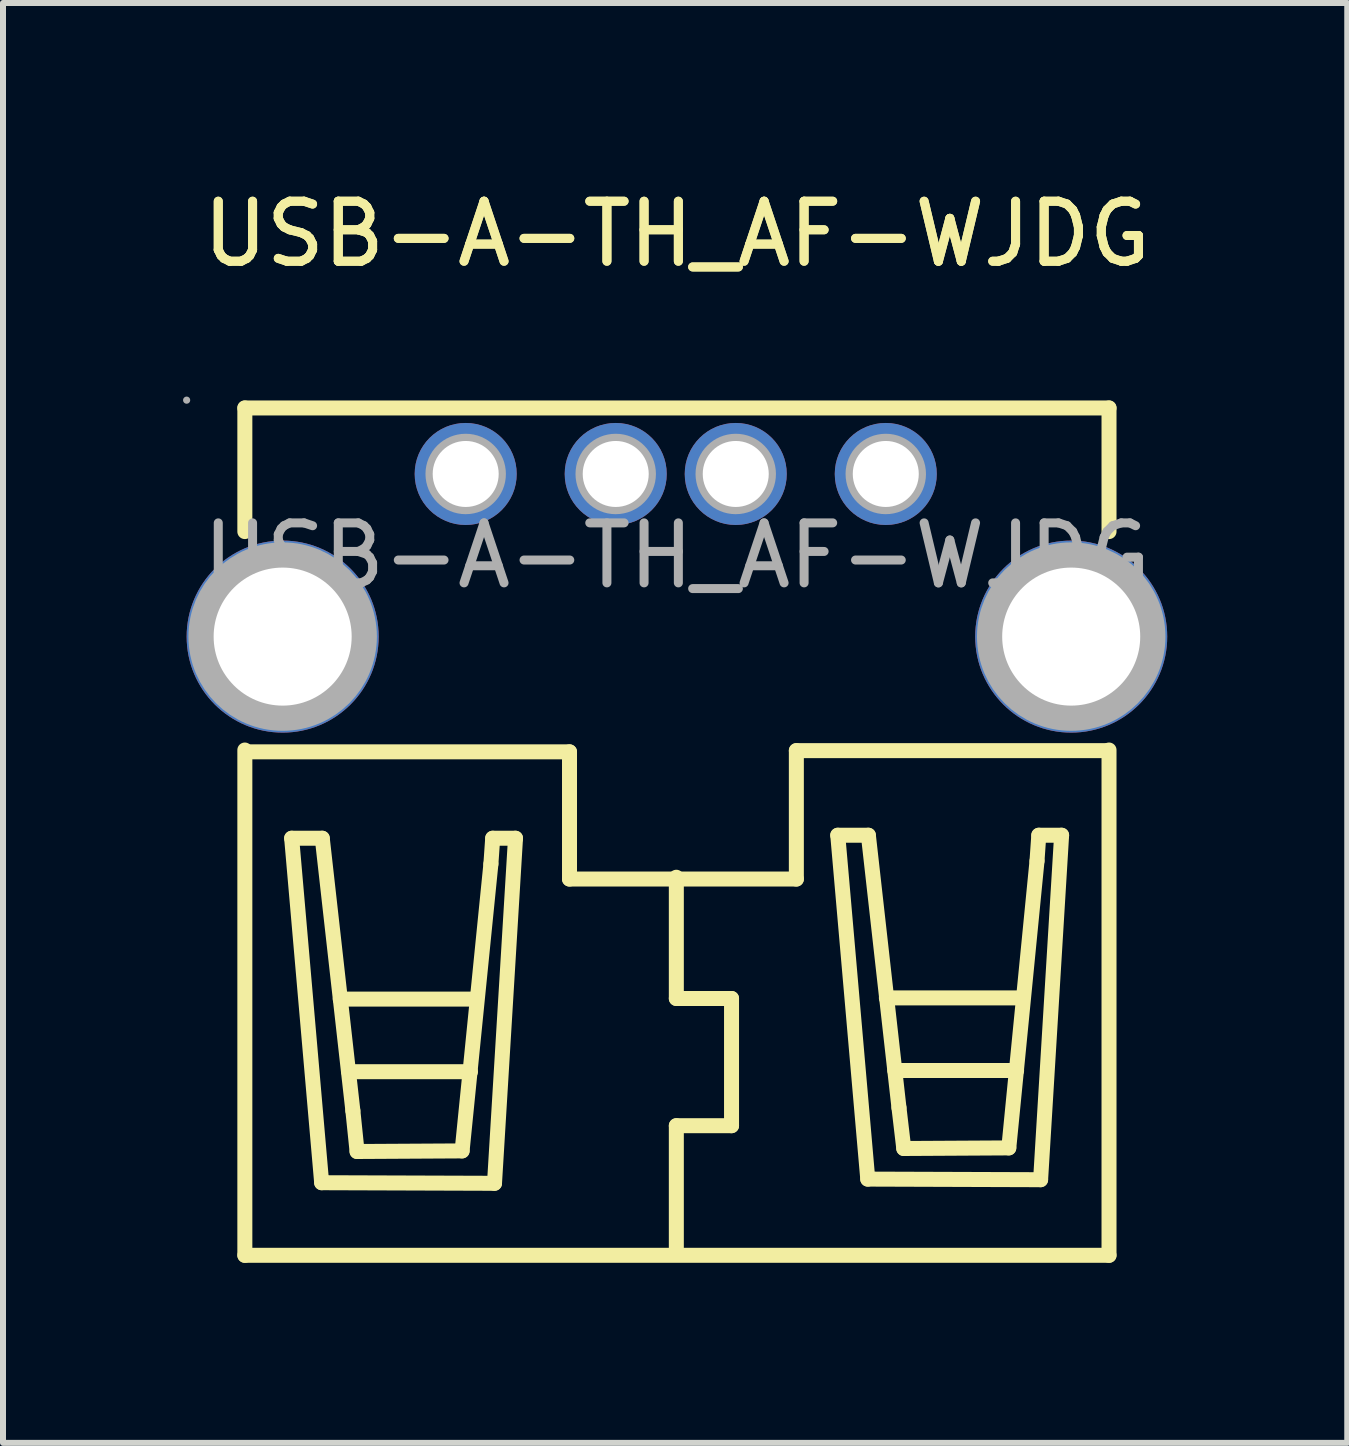
<source format=kicad_pcb>
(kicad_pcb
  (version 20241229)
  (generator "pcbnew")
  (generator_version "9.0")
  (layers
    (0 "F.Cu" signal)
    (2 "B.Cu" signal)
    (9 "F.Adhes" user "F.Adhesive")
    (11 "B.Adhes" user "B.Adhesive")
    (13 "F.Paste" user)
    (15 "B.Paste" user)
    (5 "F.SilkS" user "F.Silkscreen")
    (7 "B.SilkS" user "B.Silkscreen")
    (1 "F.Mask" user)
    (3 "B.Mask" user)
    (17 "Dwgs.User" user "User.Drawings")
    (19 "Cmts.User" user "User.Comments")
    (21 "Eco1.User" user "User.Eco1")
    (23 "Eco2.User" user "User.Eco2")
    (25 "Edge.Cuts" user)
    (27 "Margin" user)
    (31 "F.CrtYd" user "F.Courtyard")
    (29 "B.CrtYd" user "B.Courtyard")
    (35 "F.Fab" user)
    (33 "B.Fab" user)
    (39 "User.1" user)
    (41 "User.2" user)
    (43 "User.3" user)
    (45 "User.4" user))
  (footprint "USB-A-TH_AF-WJDG"
    (layer "F.Cu")
    (at 8.23 6.208)
    (property "Reference" "USB-A-TH_AF-WJDG" (at 0 -5.36 0) (layer "F.SilkS") (effects (font (size 1 1) (thickness 0.15))))
    (attr through_hole)
    (fp_line (start -7.2 -2.46) (end -7.2 -0.4) (stroke (width 0.25) (type solid)) (layer "F.SilkS"))
    (fp_line (start -7.2 -2.46) (end 7.2 -2.46) (stroke (width 0.25) (type solid)) (layer "F.SilkS"))
    (fp_line (start -7.2 3.24) (end -7.2 11.66) (stroke (width 0.25) (type solid)) (layer "F.SilkS"))
    (fp_line (start -7.2 11.66) (end 7.2 11.66) (stroke (width 0.25) (type solid)) (layer "F.SilkS"))
    (fp_line (start -6.42 4.71) (end -5.91 4.71) (stroke (width 0.25) (type solid)) (layer "F.SilkS"))
    (fp_line (start -5.92 10.45) (end -6.42 4.71) (stroke (width 0.25) (type solid)) (layer "F.SilkS"))
    (fp_line (start -5.91 4.71) (end -5.4 9.25) (stroke (width 0.25) (type solid)) (layer "F.SilkS"))
    (fp_line (start -5.61 7.39) (end -3.35 7.39) (stroke (width 0.25) (type solid)) (layer "F.SilkS"))
    (fp_line (start -5.47 8.6) (end -3.44 8.6) (stroke (width 0.25) (type solid)) (layer "F.SilkS"))
    (fp_line (start -5.4 9.25) (end -5.33 9.93) (stroke (width 0.25) (type solid)) (layer "F.SilkS"))
    (fp_line (start -5.33 9.93) (end -3.58 9.92) (stroke (width 0.25) (type solid)) (layer "F.SilkS"))
    (fp_line (start -3.58 9.92) (end -3.1 5.14) (stroke (width 0.25) (type solid)) (layer "F.SilkS"))
    (fp_line (start -3.1 5.14) (end -3.07 4.71) (stroke (width 0.25) (type solid)) (layer "F.SilkS"))
    (fp_line (start -3.07 4.71) (end -2.69 4.71) (stroke (width 0.25) (type solid)) (layer "F.SilkS"))
    (fp_line (start -3.04 10.46) (end -5.92 10.45) (stroke (width 0.25) (type solid)) (layer "F.SilkS"))
    (fp_line (start -2.69 4.71) (end -3.04 10.46) (stroke (width 0.25) (type solid)) (layer "F.SilkS"))
    (fp_line (start -1.79 3.27) (end -7.19 3.27) (stroke (width 0.25) (type solid)) (layer "F.SilkS"))
    (fp_line (start -1.79 5.39) (end -1.79 3.27) (stroke (width 0.25) (type solid)) (layer "F.SilkS"))
    (fp_line (start -0.01 5.36) (end -0.01 7.38) (stroke (width 0.25) (type solid)) (layer "F.SilkS"))
    (fp_line (start -0.01 7.38) (end 0.91 7.38) (stroke (width 0.25) (type solid)) (layer "F.SilkS"))
    (fp_line (start -0.01 9.5) (end -0.01 11.53) (stroke (width 0.25) (type solid)) (layer "F.SilkS"))
    (fp_line (start 0.91 7.38) (end 0.91 9.5) (stroke (width 0.25) (type solid)) (layer "F.SilkS"))
    (fp_line (start 0.91 9.5) (end -0.01 9.5) (stroke (width 0.25) (type solid)) (layer "F.SilkS"))
    (fp_line (start 1.99 3.25) (end 1.99 5.39) (stroke (width 0.25) (type solid)) (layer "F.SilkS"))
    (fp_line (start 1.99 5.39) (end -1.79 5.39) (stroke (width 0.25) (type solid)) (layer "F.SilkS"))
    (fp_line (start 2.68 4.66) (end 3.19 4.66) (stroke (width 0.25) (type solid)) (layer "F.SilkS"))
    (fp_line (start 3.18 10.39) (end 2.68 4.66) (stroke (width 0.25) (type solid)) (layer "F.SilkS"))
    (fp_line (start 3.19 4.66) (end 3.7 9.2) (stroke (width 0.25) (type solid)) (layer "F.SilkS"))
    (fp_line (start 3.49 7.37) (end 5.75 7.37) (stroke (width 0.25) (type solid)) (layer "F.SilkS"))
    (fp_line (start 3.63 8.58) (end 5.66 8.58) (stroke (width 0.25) (type solid)) (layer "F.SilkS"))
    (fp_line (start 3.7 9.2) (end 3.78 9.88) (stroke (width 0.25) (type solid)) (layer "F.SilkS"))
    (fp_line (start 3.78 9.88) (end 5.53 9.87) (stroke (width 0.25) (type solid)) (layer "F.SilkS"))
    (fp_line (start 5.53 9.87) (end 6 5.09) (stroke (width 0.25) (type solid)) (layer "F.SilkS"))
    (fp_line (start 6 5.09) (end 6.03 4.66) (stroke (width 0.25) (type solid)) (layer "F.SilkS"))
    (fp_line (start 6.03 4.66) (end 6.41 4.66) (stroke (width 0.25) (type solid)) (layer "F.SilkS"))
    (fp_line (start 6.06 10.4) (end 3.18 10.39) (stroke (width 0.25) (type solid)) (layer "F.SilkS"))
    (fp_line (start 6.41 4.66) (end 6.06 10.4) (stroke (width 0.25) (type solid)) (layer "F.SilkS"))
    (fp_line (start 7.19 3.25) (end 1.99 3.25) (stroke (width 0.25) (type solid)) (layer "F.SilkS"))
    (fp_line (start 7.2 -2.46) (end 7.2 -0.4) (stroke (width 0.25) (type solid)) (layer "F.SilkS"))
    (fp_line (start 7.2 3.24) (end 7.2 11.66) (stroke (width 0.25) (type solid)) (layer "F.SilkS"))
    (fp_circle (center -8.17 -2.59) (end -8.14 -2.59) (stroke (width 0.06) (type solid)) (fill no) (layer "F.Fab"))
    (fp_circle (center -6.57 1.35) (end -6.05 1.35) (stroke (width 1.05) (type solid)) (fill no) (layer "F.Fab"))
    (fp_circle (center -3.52 -1.36) (end -3.3 -1.36) (stroke (width 0.45) (type solid)) (fill no) (layer "F.Fab"))
    (fp_circle (center -1.02 -1.36) (end -0.8 -1.36) (stroke (width 0.45) (type solid)) (fill no) (layer "F.Fab"))
    (fp_circle (center 0.98 -1.36) (end 1.2 -1.36) (stroke (width 0.45) (type solid)) (fill no) (layer "F.Fab"))
    (fp_circle (center 3.48 -1.36) (end 3.7 -1.36) (stroke (width 0.45) (type solid)) (fill no) (layer "F.Fab"))
    (fp_circle (center 6.57 1.35) (end 7.09 1.35) (stroke (width 1.05) (type solid)) (fill no) (layer "F.Fab"))
    (fp_text user "${REFERENCE}" (at 0 -5.36 0) (layer "F.SilkS") (effects (font (size 1 1) (thickness 0.15))))
    (fp_text user "${REFERENCE}" (at 0 0 0) (layer "F.Fab") (effects (font (size 1 1) (thickness 0.15))))
    (pad "1" thru_hole circle (at -3.52 -1.36 270) (size 1.7 1.7) (drill 1.1) (layers "*.Cu" "*.Mask"))
    (pad "2" thru_hole circle (at -1.02 -1.36 270) (size 1.7 1.7) (drill 1.1) (layers "*.Cu" "*.Mask"))
    (pad "3" thru_hole circle (at 0.98 -1.36 270) (size 1.7 1.7) (drill 1.1) (layers "*.Cu" "*.Mask"))
    (pad "4" thru_hole circle (at 3.48 -1.36 270) (size 1.7 1.7) (drill 1.1) (layers "*.Cu" "*.Mask"))
    (pad "5" thru_hole circle (at -6.57 1.35 90) (size 3.2 3.2) (drill 2.3) (layers "*.Cu" "*.Mask"))
    (pad "5" thru_hole circle (at 6.57 1.35 90) (size 3.2 3.2) (drill 2.3) (layers "*.Cu" "*.Mask")))
  (gr_rect
    (start -3 -3)
    (end 19.4 20.993)
    (stroke (width 0.1) (type default))
    (fill no)
    (layer "Edge.Cuts")))
</source>
